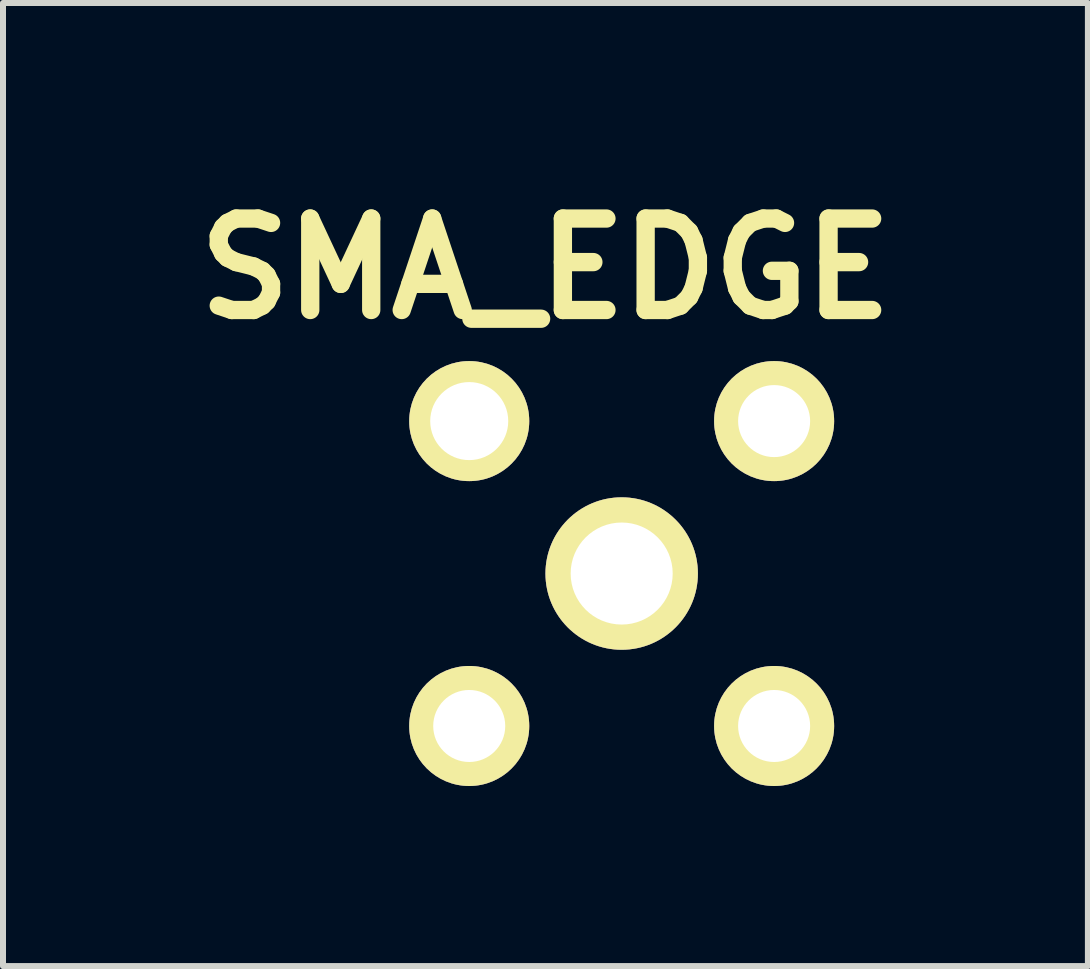
<source format=kicad_pcb>
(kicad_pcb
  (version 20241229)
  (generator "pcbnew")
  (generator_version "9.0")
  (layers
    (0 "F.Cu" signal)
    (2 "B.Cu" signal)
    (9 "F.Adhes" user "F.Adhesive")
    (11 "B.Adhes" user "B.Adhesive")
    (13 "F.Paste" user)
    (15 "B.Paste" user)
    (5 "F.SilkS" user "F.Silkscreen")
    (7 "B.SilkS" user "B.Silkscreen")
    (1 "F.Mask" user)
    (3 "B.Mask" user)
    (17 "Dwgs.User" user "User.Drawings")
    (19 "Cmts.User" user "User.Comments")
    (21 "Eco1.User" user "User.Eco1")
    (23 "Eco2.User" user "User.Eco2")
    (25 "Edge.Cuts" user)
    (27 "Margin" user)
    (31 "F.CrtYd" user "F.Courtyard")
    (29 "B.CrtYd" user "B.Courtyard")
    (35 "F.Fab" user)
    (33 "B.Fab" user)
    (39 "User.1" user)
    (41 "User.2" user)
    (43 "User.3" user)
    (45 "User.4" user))
  (footprint "SMA_EDGE"
    (layer "F.Cu")
    (at 2.228 6.506)
    (property "Reference" "SMA_EDGE" (at 3.81 -5.08 0) (layer "F.SilkS") (effects (font (size 1.524 1.524) (thickness 0.305))))
    (attr through_hole)
    (pad "1" thru_hole circle (at 5.08 0) (size 2.54 2.54) (drill 1.7) (layers "*.Cu" "*.Mask" "F.SilkS"))
    (pad "2" thru_hole circle (at 2.54 2.54) (size 2 2) (drill 1.2) (layers "*.Cu" "*.Mask" "F.SilkS"))
    (pad "3" thru_hole circle (at 2.54 -2.54) (size 2 2) (drill 1.3) (layers "*.Cu" "*.Mask" "F.SilkS"))
    (pad "4" thru_hole circle (at 7.62 2.54) (size 2 2) (drill 1.2) (layers "*.Cu" "*.Mask" "F.SilkS"))
    (pad "5" thru_hole circle (at 7.62 -2.54) (size 2 2) (drill 1.2) (layers "*.Cu" "*.Mask" "F.SilkS")))
  (gr_rect
    (start -3 -3)
    (end 15.076 13.046)
    (stroke (width 0.1) (type default))
    (fill no)
    (layer "Edge.Cuts")))
</source>
